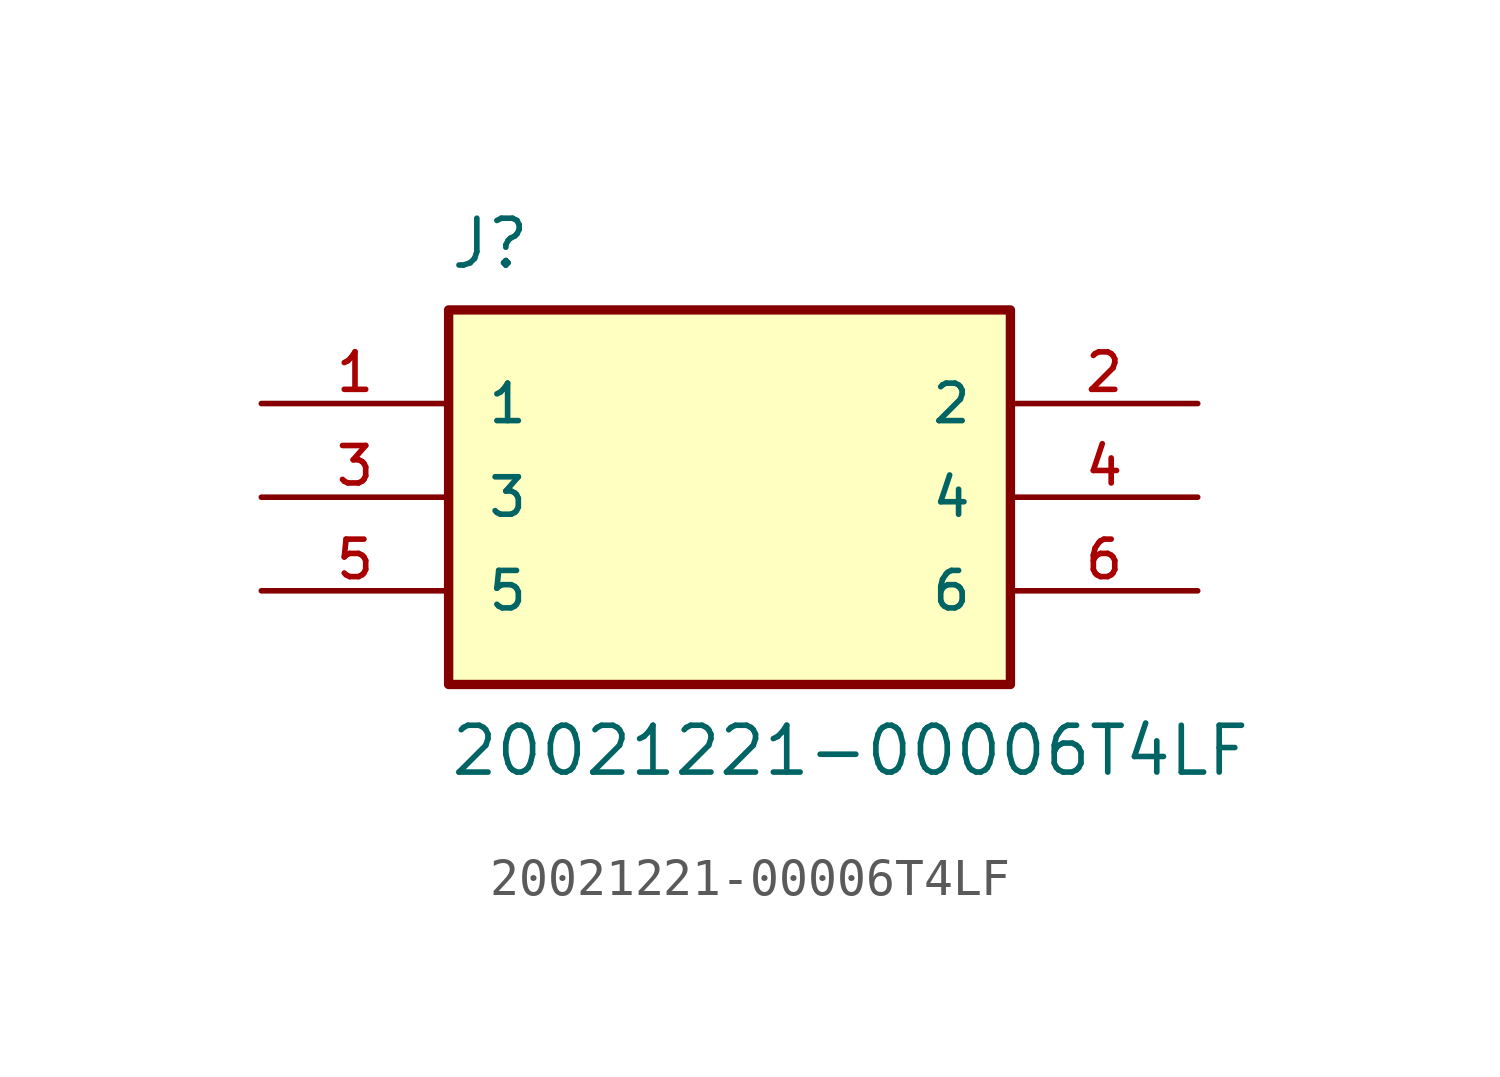
<source format=kicad_sym>
(kicad_symbol_lib
  (version 20211014)
  (generator kicad_symbol_editor)
  (symbol "20021221-00006T4LF"
    (pin_names
      (offset 1.016))
    (property "Reference" "J"
      (at -7.62 7.62 0)
      (effects (font (size 1.27 1.27)) (justify top left)))
    (property "Value" "20021221-00006T4LF"
      (at -7.62 -7.62 0)
      (effects (font (size 1.27 1.27)) (justify bottom left)))
    (symbol "20021221-00006T4LF_0_0"
      (rectangle (start -7.62 -5.08) (end 7.62 5.08) (stroke (width 0.254)) (fill (type background)))
      (pin passive line (at -12.7 2.54 0) (length 5.08) (name "1" (effects (font (size 1.016 1.016)))) (number "1" (effects (font (size 1.016 1.016)))))
      (pin passive line (at 12.7 2.54 180.0) (length 5.08) (name "2" (effects (font (size 1.016 1.016)))) (number "2" (effects (font (size 1.016 1.016)))))
      (pin passive line (at -12.7 0.0 0) (length 5.08) (name "3" (effects (font (size 1.016 1.016)))) (number "3" (effects (font (size 1.016 1.016)))))
      (pin passive line (at 12.7 0.0 180.0) (length 5.08) (name "4" (effects (font (size 1.016 1.016)))) (number "4" (effects (font (size 1.016 1.016)))))
      (pin passive line (at -12.7 -2.54 0) (length 5.08) (name "5" (effects (font (size 1.016 1.016)))) (number "5" (effects (font (size 1.016 1.016)))))
      (pin passive line (at 12.7 -2.54 180.0) (length 5.08) (name "6" (effects (font (size 1.016 1.016)))) (number "6" (effects (font (size 1.016 1.016))))))))
</source>
